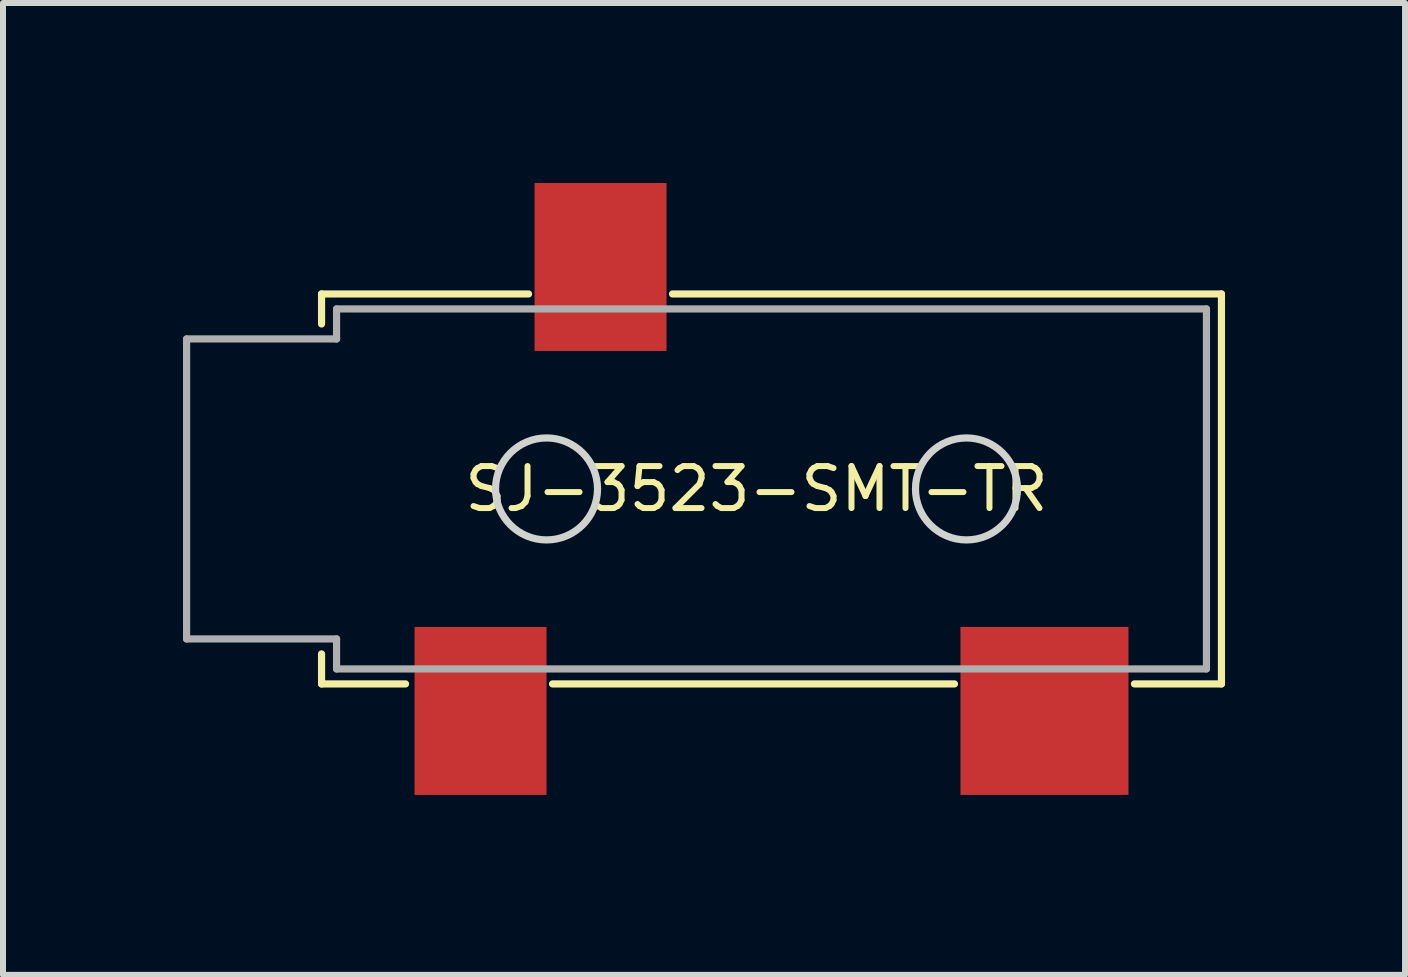
<source format=kicad_pcb>
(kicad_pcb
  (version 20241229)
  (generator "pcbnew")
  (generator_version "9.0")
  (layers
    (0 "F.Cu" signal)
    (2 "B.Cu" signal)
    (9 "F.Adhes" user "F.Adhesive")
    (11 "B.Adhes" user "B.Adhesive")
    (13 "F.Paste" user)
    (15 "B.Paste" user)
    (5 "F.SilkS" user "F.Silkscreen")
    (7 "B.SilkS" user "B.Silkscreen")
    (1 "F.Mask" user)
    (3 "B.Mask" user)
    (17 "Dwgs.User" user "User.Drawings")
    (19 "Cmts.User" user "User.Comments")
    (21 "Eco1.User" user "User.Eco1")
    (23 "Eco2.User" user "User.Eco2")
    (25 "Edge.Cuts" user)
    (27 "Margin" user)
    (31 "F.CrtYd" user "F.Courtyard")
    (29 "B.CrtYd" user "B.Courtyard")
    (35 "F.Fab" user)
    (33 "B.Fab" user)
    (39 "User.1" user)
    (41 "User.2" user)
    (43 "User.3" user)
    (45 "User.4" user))
  (footprint "SJ-3523-SMT-TR"
    (layer "F.Cu")
    (at 9.56 5.1)
    (property "Reference" "SJ-3523-SMT-TR" (at 0 0 0) (layer "F.SilkS") (effects (font (size 0.7 0.7) (thickness 0.1))))
    (attr through_hole)
    (fp_line (start -7.25 -3.25) (end -3.8 -3.25) (stroke (width 0.12) (type solid)) (layer "F.SilkS"))
    (fp_line (start -7.25 -2.75) (end -7.25 -3.25) (stroke (width 0.12) (type solid)) (layer "F.SilkS"))
    (fp_line (start -7.25 2.75) (end -7.25 3.25) (stroke (width 0.12) (type solid)) (layer "F.SilkS"))
    (fp_line (start -7.25 3.25) (end -5.85 3.25) (stroke (width 0.12) (type solid)) (layer "F.SilkS"))
    (fp_line (start -3.4 3.25) (end 3.3 3.25) (stroke (width 0.12) (type solid)) (layer "F.SilkS"))
    (fp_line (start -1.4 -3.25) (end 7.75 -3.25) (stroke (width 0.12) (type solid)) (layer "F.SilkS"))
    (fp_line (start 6.3 3.25) (end 7.75 3.25) (stroke (width 0.12) (type solid)) (layer "F.SilkS"))
    (fp_line (start 7.75 -3.25) (end 7.75 3.25) (stroke (width 0.12) (type solid)) (layer "F.SilkS"))
    (fp_circle (center -3.5 0) (end -2.65 0) (stroke (width 0.12) (type solid)) (fill no) (layer "Edge.Cuts"))
    (fp_circle (center 3.5 0) (end 4.35 0) (stroke (width 0.12) (type solid)) (fill no) (layer "Edge.Cuts"))
    (fp_line (start -9.5 -2.5) (end -7 -2.5) (stroke (width 0.12) (type solid)) (layer "F.Fab"))
    (fp_line (start -9.5 2.5) (end -9.5 -2.5) (stroke (width 0.12) (type solid)) (layer "F.Fab"))
    (fp_line (start -7 -3) (end 7.5 -3) (stroke (width 0.12) (type solid)) (layer "F.Fab"))
    (fp_line (start -7 -2.5) (end -7 -3) (stroke (width 0.12) (type solid)) (layer "F.Fab"))
    (fp_line (start -7 2.5) (end -9.5 2.5) (stroke (width 0.12) (type solid)) (layer "F.Fab"))
    (fp_line (start -7 3) (end -7 2.5) (stroke (width 0.12) (type solid)) (layer "F.Fab"))
    (fp_line (start 7.5 -3) (end 7.5 3) (stroke (width 0.12) (type solid)) (layer "F.Fab"))
    (fp_line (start 7.5 3) (end -7 3) (stroke (width 0.12) (type solid)) (layer "F.Fab"))
    (pad "R" smd rect (at -2.6 -3.7) (size 2.2 2.8) (layers "F.Cu" "F.Mask" "F.Paste"))
    (pad "S" smd rect (at -4.6 3.7) (size 2.2 2.8) (layers "F.Cu" "F.Mask" "F.Paste"))
    (pad "T" smd rect (at 4.8 3.7) (size 2.8 2.8) (layers "F.Cu" "F.Mask" "F.Paste")))
  (gr_rect
    (start -3 -3)
    (end 20.37 13.2)
    (stroke (width 0.1) (type default))
    (fill no)
    (layer "Edge.Cuts")))
</source>
